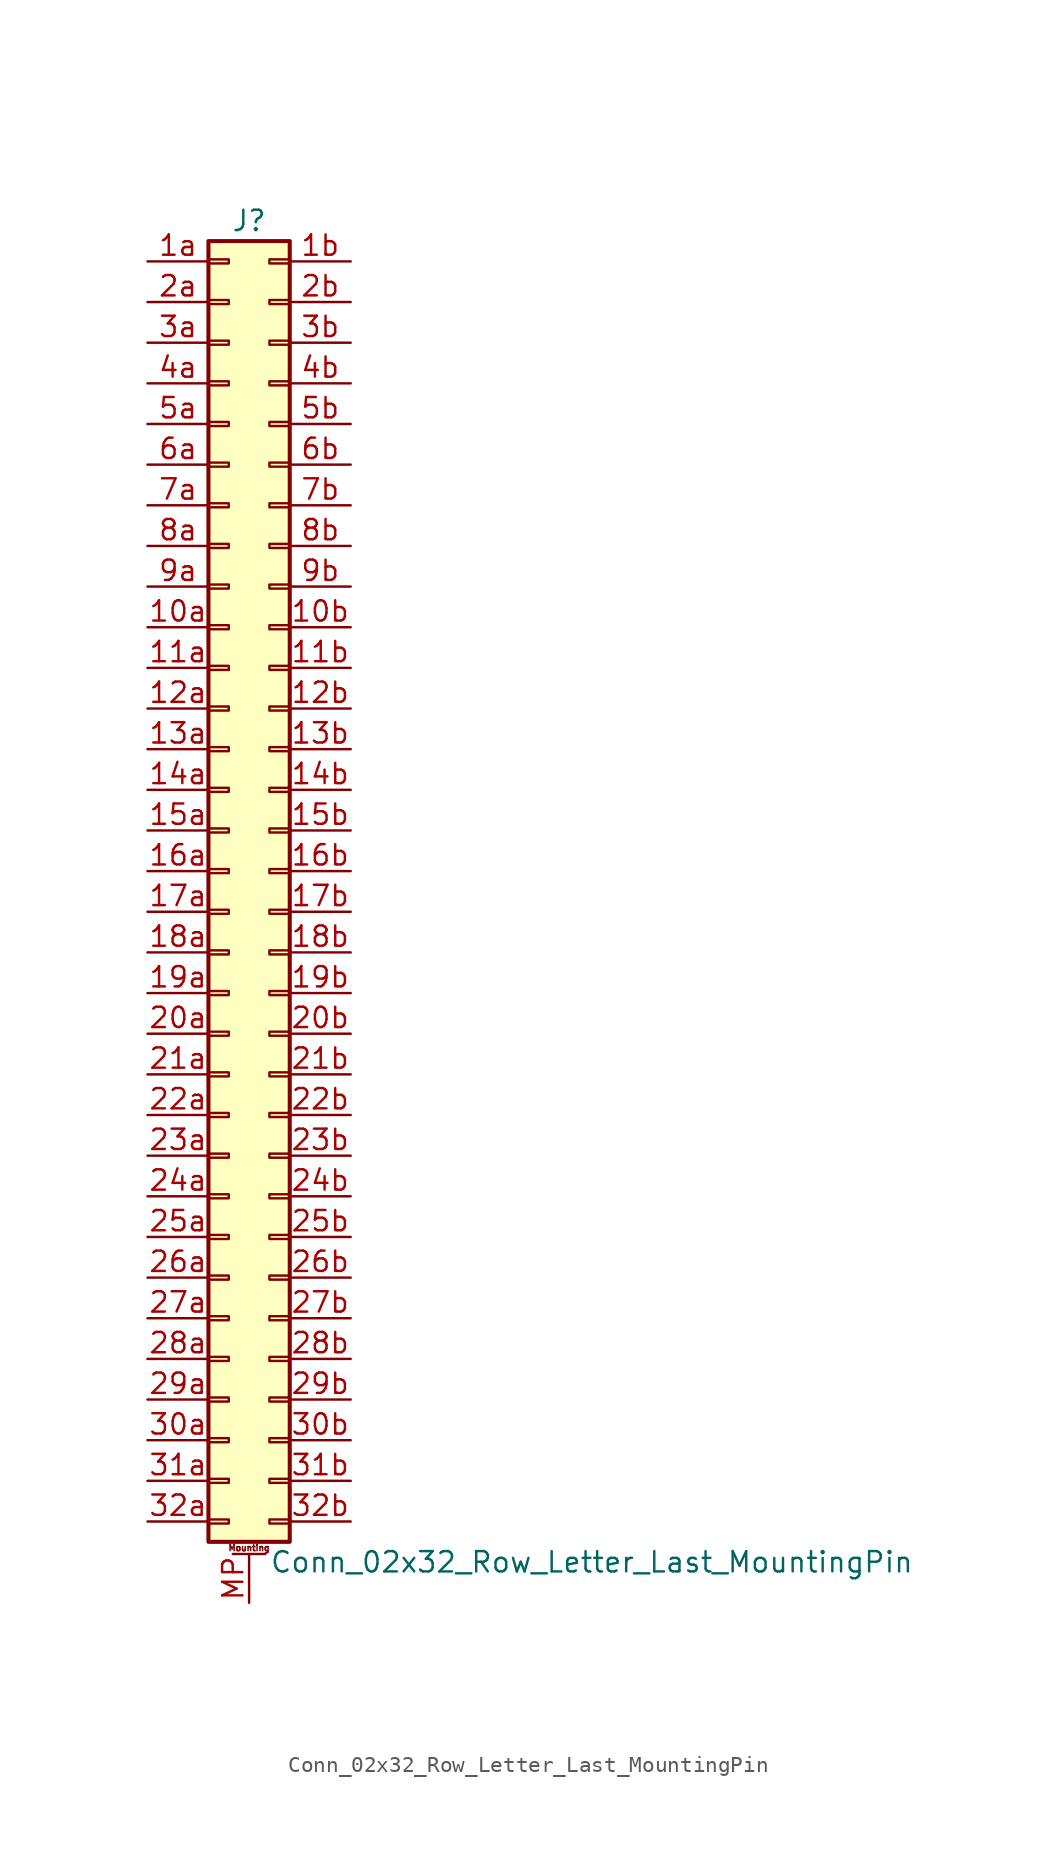
<source format=kicad_sym>
(kicad_symbol_lib
  (version 20201005)
  (generator kicad_symbol_editor)
  (symbol "Conn_02x32_Row_Letter_Last_MountingPin"
    (pin_names
      (offset 1.016) hide)
    (property "Reference" "J"
      (at 1.27 40.64 0)
      (effects (font (size 1.27 1.27))))
    (property "Value" "Conn_02x32_Row_Letter_Last_MountingPin"
      (at 2.54 -43.18 0)
      (effects (font (size 1.27 1.27)) (justify left)))
    (symbol "Conn_02x32_Row_Letter_Last_MountingPin_1_1"
      (text "Mounting" (at 1.27 -42.291 0) (effects (font (size 0.381 0.381))))
      (rectangle (start -1.27 -40.513) (end 0 -40.767) (stroke (width 0.152)) (fill (type none)))
      (rectangle (start -1.27 -37.973) (end 0 -38.227) (stroke (width 0.152)) (fill (type none)))
      (rectangle (start -1.27 -35.433) (end 0 -35.687) (stroke (width 0.152)) (fill (type none)))
      (rectangle (start -1.27 -32.893) (end 0 -33.147) (stroke (width 0.152)) (fill (type none)))
      (rectangle (start -1.27 -30.353) (end 0 -30.607) (stroke (width 0.152)) (fill (type none)))
      (rectangle (start -1.27 -27.813) (end 0 -28.067) (stroke (width 0.152)) (fill (type none)))
      (rectangle (start -1.27 -25.273) (end 0 -25.527) (stroke (width 0.152)) (fill (type none)))
      (rectangle (start -1.27 -22.733) (end 0 -22.987) (stroke (width 0.152)) (fill (type none)))
      (rectangle (start -1.27 -20.193) (end 0 -20.447) (stroke (width 0.152)) (fill (type none)))
      (rectangle (start -1.27 -17.653) (end 0 -17.907) (stroke (width 0.152)) (fill (type none)))
      (rectangle (start -1.27 -15.113) (end 0 -15.367) (stroke (width 0.152)) (fill (type none)))
      (rectangle (start -1.27 -12.573) (end 0 -12.827) (stroke (width 0.152)) (fill (type none)))
      (rectangle (start -1.27 -10.033) (end 0 -10.287) (stroke (width 0.152)) (fill (type none)))
      (rectangle (start -1.27 -7.493) (end 0 -7.747) (stroke (width 0.152)) (fill (type none)))
      (rectangle (start -1.27 -4.953) (end 0 -5.207) (stroke (width 0.152)) (fill (type none)))
      (rectangle (start -1.27 -2.413) (end 0 -2.667) (stroke (width 0.152)) (fill (type none)))
      (rectangle (start -1.27 0.127) (end 0 -0.127) (stroke (width 0.152)) (fill (type none)))
      (rectangle (start -1.27 2.667) (end 0 2.413) (stroke (width 0.152)) (fill (type none)))
      (rectangle (start -1.27 5.207) (end 0 4.953) (stroke (width 0.152)) (fill (type none)))
      (rectangle (start -1.27 7.747) (end 0 7.493) (stroke (width 0.152)) (fill (type none)))
      (rectangle (start -1.27 10.287) (end 0 10.033) (stroke (width 0.152)) (fill (type none)))
      (rectangle (start -1.27 12.827) (end 0 12.573) (stroke (width 0.152)) (fill (type none)))
      (rectangle (start -1.27 15.367) (end 0 15.113) (stroke (width 0.152)) (fill (type none)))
      (rectangle (start -1.27 17.907) (end 0 17.653) (stroke (width 0.152)) (fill (type none)))
      (rectangle (start -1.27 20.447) (end 0 20.193) (stroke (width 0.152)) (fill (type none)))
      (rectangle (start -1.27 22.987) (end 0 22.733) (stroke (width 0.152)) (fill (type none)))
      (rectangle (start -1.27 25.527) (end 0 25.273) (stroke (width 0.152)) (fill (type none)))
      (rectangle (start -1.27 28.067) (end 0 27.813) (stroke (width 0.152)) (fill (type none)))
      (rectangle (start -1.27 30.607) (end 0 30.353) (stroke (width 0.152)) (fill (type none)))
      (rectangle (start -1.27 33.147) (end 0 32.893) (stroke (width 0.152)) (fill (type none)))
      (rectangle (start -1.27 35.687) (end 0 35.433) (stroke (width 0.152)) (fill (type none)))
      (rectangle (start -1.27 38.227) (end 0 37.973) (stroke (width 0.152)) (fill (type none)))
      (rectangle (start -1.27 39.37) (end 3.81 -41.91) (stroke (width 0.254)) (fill (type background)))
      (rectangle (start 3.81 -40.513) (end 2.54 -40.767) (stroke (width 0.152)) (fill (type none)))
      (rectangle (start 3.81 -37.973) (end 2.54 -38.227) (stroke (width 0.152)) (fill (type none)))
      (rectangle (start 3.81 -35.433) (end 2.54 -35.687) (stroke (width 0.152)) (fill (type none)))
      (rectangle (start 3.81 -32.893) (end 2.54 -33.147) (stroke (width 0.152)) (fill (type none)))
      (rectangle (start 3.81 -30.353) (end 2.54 -30.607) (stroke (width 0.152)) (fill (type none)))
      (rectangle (start 3.81 -27.813) (end 2.54 -28.067) (stroke (width 0.152)) (fill (type none)))
      (rectangle (start 3.81 -25.273) (end 2.54 -25.527) (stroke (width 0.152)) (fill (type none)))
      (rectangle (start 3.81 -22.733) (end 2.54 -22.987) (stroke (width 0.152)) (fill (type none)))
      (rectangle (start 3.81 -20.193) (end 2.54 -20.447) (stroke (width 0.152)) (fill (type none)))
      (rectangle (start 3.81 -17.653) (end 2.54 -17.907) (stroke (width 0.152)) (fill (type none)))
      (rectangle (start 3.81 -15.113) (end 2.54 -15.367) (stroke (width 0.152)) (fill (type none)))
      (rectangle (start 3.81 -12.573) (end 2.54 -12.827) (stroke (width 0.152)) (fill (type none)))
      (rectangle (start 3.81 -10.033) (end 2.54 -10.287) (stroke (width 0.152)) (fill (type none)))
      (rectangle (start 3.81 -7.493) (end 2.54 -7.747) (stroke (width 0.152)) (fill (type none)))
      (rectangle (start 3.81 -4.953) (end 2.54 -5.207) (stroke (width 0.152)) (fill (type none)))
      (rectangle (start 3.81 -2.413) (end 2.54 -2.667) (stroke (width 0.152)) (fill (type none)))
      (rectangle (start 3.81 0.127) (end 2.54 -0.127) (stroke (width 0.152)) (fill (type none)))
      (rectangle (start 3.81 2.667) (end 2.54 2.413) (stroke (width 0.152)) (fill (type none)))
      (rectangle (start 3.81 5.207) (end 2.54 4.953) (stroke (width 0.152)) (fill (type none)))
      (rectangle (start 3.81 7.747) (end 2.54 7.493) (stroke (width 0.152)) (fill (type none)))
      (rectangle (start 3.81 10.287) (end 2.54 10.033) (stroke (width 0.152)) (fill (type none)))
      (rectangle (start 3.81 12.827) (end 2.54 12.573) (stroke (width 0.152)) (fill (type none)))
      (rectangle (start 3.81 15.367) (end 2.54 15.113) (stroke (width 0.152)) (fill (type none)))
      (rectangle (start 3.81 17.907) (end 2.54 17.653) (stroke (width 0.152)) (fill (type none)))
      (rectangle (start 3.81 20.447) (end 2.54 20.193) (stroke (width 0.152)) (fill (type none)))
      (rectangle (start 3.81 22.987) (end 2.54 22.733) (stroke (width 0.152)) (fill (type none)))
      (rectangle (start 3.81 25.527) (end 2.54 25.273) (stroke (width 0.152)) (fill (type none)))
      (rectangle (start 3.81 28.067) (end 2.54 27.813) (stroke (width 0.152)) (fill (type none)))
      (rectangle (start 3.81 30.607) (end 2.54 30.353) (stroke (width 0.152)) (fill (type none)))
      (rectangle (start 3.81 33.147) (end 2.54 32.893) (stroke (width 0.152)) (fill (type none)))
      (rectangle (start 3.81 35.687) (end 2.54 35.433) (stroke (width 0.152)) (fill (type none)))
      (rectangle (start 3.81 38.227) (end 2.54 37.973) (stroke (width 0.152)) (fill (type none)))
      (polyline (pts (xy 0.254 -42.672) (xy 2.286 -42.672)) (stroke (width 0.152)) (fill (type none)))
      (pin passive line (at -5.08 15.24 0) (length 3.81) (name "Pin_10a" (effects (font (size 1.27 1.27)))) (number "10a" (effects (font (size 1.27 1.27)))))
      (pin passive line (at 7.62 15.24 180) (length 3.81) (name "Pin_10b" (effects (font (size 1.27 1.27)))) (number "10b" (effects (font (size 1.27 1.27)))))
      (pin passive line (at -5.08 12.7 0) (length 3.81) (name "Pin_11a" (effects (font (size 1.27 1.27)))) (number "11a" (effects (font (size 1.27 1.27)))))
      (pin passive line (at 7.62 12.7 180) (length 3.81) (name "Pin_11b" (effects (font (size 1.27 1.27)))) (number "11b" (effects (font (size 1.27 1.27)))))
      (pin passive line (at -5.08 10.16 0) (length 3.81) (name "Pin_12a" (effects (font (size 1.27 1.27)))) (number "12a" (effects (font (size 1.27 1.27)))))
      (pin passive line (at 7.62 10.16 180) (length 3.81) (name "Pin_12b" (effects (font (size 1.27 1.27)))) (number "12b" (effects (font (size 1.27 1.27)))))
      (pin passive line (at -5.08 7.62 0) (length 3.81) (name "Pin_13a" (effects (font (size 1.27 1.27)))) (number "13a" (effects (font (size 1.27 1.27)))))
      (pin passive line (at 7.62 7.62 180) (length 3.81) (name "Pin_13b" (effects (font (size 1.27 1.27)))) (number "13b" (effects (font (size 1.27 1.27)))))
      (pin passive line (at -5.08 5.08 0) (length 3.81) (name "Pin_14a" (effects (font (size 1.27 1.27)))) (number "14a" (effects (font (size 1.27 1.27)))))
      (pin passive line (at 7.62 5.08 180) (length 3.81) (name "Pin_14b" (effects (font (size 1.27 1.27)))) (number "14b" (effects (font (size 1.27 1.27)))))
      (pin passive line (at -5.08 2.54 0) (length 3.81) (name "Pin_15a" (effects (font (size 1.27 1.27)))) (number "15a" (effects (font (size 1.27 1.27)))))
      (pin passive line (at 7.62 2.54 180) (length 3.81) (name "Pin_15b" (effects (font (size 1.27 1.27)))) (number "15b" (effects (font (size 1.27 1.27)))))
      (pin passive line (at -5.08 0 0) (length 3.81) (name "Pin_16a" (effects (font (size 1.27 1.27)))) (number "16a" (effects (font (size 1.27 1.27)))))
      (pin passive line (at 7.62 0 180) (length 3.81) (name "Pin_16b" (effects (font (size 1.27 1.27)))) (number "16b" (effects (font (size 1.27 1.27)))))
      (pin passive line (at -5.08 -2.54 0) (length 3.81) (name "Pin_17a" (effects (font (size 1.27 1.27)))) (number "17a" (effects (font (size 1.27 1.27)))))
      (pin passive line (at 7.62 -2.54 180) (length 3.81) (name "Pin_17b" (effects (font (size 1.27 1.27)))) (number "17b" (effects (font (size 1.27 1.27)))))
      (pin passive line (at -5.08 -5.08 0) (length 3.81) (name "Pin_18a" (effects (font (size 1.27 1.27)))) (number "18a" (effects (font (size 1.27 1.27)))))
      (pin passive line (at 7.62 -5.08 180) (length 3.81) (name "Pin_18b" (effects (font (size 1.27 1.27)))) (number "18b" (effects (font (size 1.27 1.27)))))
      (pin passive line (at -5.08 -7.62 0) (length 3.81) (name "Pin_19a" (effects (font (size 1.27 1.27)))) (number "19a" (effects (font (size 1.27 1.27)))))
      (pin passive line (at 7.62 -7.62 180) (length 3.81) (name "Pin_19b" (effects (font (size 1.27 1.27)))) (number "19b" (effects (font (size 1.27 1.27)))))
      (pin passive line (at -5.08 38.1 0) (length 3.81) (name "Pin_1a" (effects (font (size 1.27 1.27)))) (number "1a" (effects (font (size 1.27 1.27)))))
      (pin passive line (at 7.62 38.1 180) (length 3.81) (name "Pin_1b" (effects (font (size 1.27 1.27)))) (number "1b" (effects (font (size 1.27 1.27)))))
      (pin passive line (at -5.08 -10.16 0) (length 3.81) (name "Pin_20a" (effects (font (size 1.27 1.27)))) (number "20a" (effects (font (size 1.27 1.27)))))
      (pin passive line (at 7.62 -10.16 180) (length 3.81) (name "Pin_20b" (effects (font (size 1.27 1.27)))) (number "20b" (effects (font (size 1.27 1.27)))))
      (pin passive line (at -5.08 -12.7 0) (length 3.81) (name "Pin_21a" (effects (font (size 1.27 1.27)))) (number "21a" (effects (font (size 1.27 1.27)))))
      (pin passive line (at 7.62 -12.7 180) (length 3.81) (name "Pin_21b" (effects (font (size 1.27 1.27)))) (number "21b" (effects (font (size 1.27 1.27)))))
      (pin passive line (at -5.08 -15.24 0) (length 3.81) (name "Pin_22a" (effects (font (size 1.27 1.27)))) (number "22a" (effects (font (size 1.27 1.27)))))
      (pin passive line (at 7.62 -15.24 180) (length 3.81) (name "Pin_22b" (effects (font (size 1.27 1.27)))) (number "22b" (effects (font (size 1.27 1.27)))))
      (pin passive line (at -5.08 -17.78 0) (length 3.81) (name "Pin_23a" (effects (font (size 1.27 1.27)))) (number "23a" (effects (font (size 1.27 1.27)))))
      (pin passive line (at 7.62 -17.78 180) (length 3.81) (name "Pin_23b" (effects (font (size 1.27 1.27)))) (number "23b" (effects (font (size 1.27 1.27)))))
      (pin passive line (at -5.08 -20.32 0) (length 3.81) (name "Pin_24a" (effects (font (size 1.27 1.27)))) (number "24a" (effects (font (size 1.27 1.27)))))
      (pin passive line (at 7.62 -20.32 180) (length 3.81) (name "Pin_24b" (effects (font (size 1.27 1.27)))) (number "24b" (effects (font (size 1.27 1.27)))))
      (pin passive line (at -5.08 -22.86 0) (length 3.81) (name "Pin_25a" (effects (font (size 1.27 1.27)))) (number "25a" (effects (font (size 1.27 1.27)))))
      (pin passive line (at 7.62 -22.86 180) (length 3.81) (name "Pin_25b" (effects (font (size 1.27 1.27)))) (number "25b" (effects (font (size 1.27 1.27)))))
      (pin passive line (at -5.08 -25.4 0) (length 3.81) (name "Pin_26a" (effects (font (size 1.27 1.27)))) (number "26a" (effects (font (size 1.27 1.27)))))
      (pin passive line (at 7.62 -25.4 180) (length 3.81) (name "Pin_26b" (effects (font (size 1.27 1.27)))) (number "26b" (effects (font (size 1.27 1.27)))))
      (pin passive line (at -5.08 -27.94 0) (length 3.81) (name "Pin_27a" (effects (font (size 1.27 1.27)))) (number "27a" (effects (font (size 1.27 1.27)))))
      (pin passive line (at 7.62 -27.94 180) (length 3.81) (name "Pin_27b" (effects (font (size 1.27 1.27)))) (number "27b" (effects (font (size 1.27 1.27)))))
      (pin passive line (at -5.08 -30.48 0) (length 3.81) (name "Pin_28a" (effects (font (size 1.27 1.27)))) (number "28a" (effects (font (size 1.27 1.27)))))
      (pin passive line (at 7.62 -30.48 180) (length 3.81) (name "Pin_28b" (effects (font (size 1.27 1.27)))) (number "28b" (effects (font (size 1.27 1.27)))))
      (pin passive line (at -5.08 -33.02 0) (length 3.81) (name "Pin_29a" (effects (font (size 1.27 1.27)))) (number "29a" (effects (font (size 1.27 1.27)))))
      (pin passive line (at 7.62 -33.02 180) (length 3.81) (name "Pin_29b" (effects (font (size 1.27 1.27)))) (number "29b" (effects (font (size 1.27 1.27)))))
      (pin passive line (at -5.08 35.56 0) (length 3.81) (name "Pin_2a" (effects (font (size 1.27 1.27)))) (number "2a" (effects (font (size 1.27 1.27)))))
      (pin passive line (at 7.62 35.56 180) (length 3.81) (name "Pin_2b" (effects (font (size 1.27 1.27)))) (number "2b" (effects (font (size 1.27 1.27)))))
      (pin passive line (at -5.08 -35.56 0) (length 3.81) (name "Pin_30a" (effects (font (size 1.27 1.27)))) (number "30a" (effects (font (size 1.27 1.27)))))
      (pin passive line (at 7.62 -35.56 180) (length 3.81) (name "Pin_30b" (effects (font (size 1.27 1.27)))) (number "30b" (effects (font (size 1.27 1.27)))))
      (pin passive line (at -5.08 -38.1 0) (length 3.81) (name "Pin_31a" (effects (font (size 1.27 1.27)))) (number "31a" (effects (font (size 1.27 1.27)))))
      (pin passive line (at 7.62 -38.1 180) (length 3.81) (name "Pin_31b" (effects (font (size 1.27 1.27)))) (number "31b" (effects (font (size 1.27 1.27)))))
      (pin passive line (at -5.08 -40.64 0) (length 3.81) (name "Pin_32a" (effects (font (size 1.27 1.27)))) (number "32a" (effects (font (size 1.27 1.27)))))
      (pin passive line (at 7.62 -40.64 180) (length 3.81) (name "Pin_32b" (effects (font (size 1.27 1.27)))) (number "32b" (effects (font (size 1.27 1.27)))))
      (pin passive line (at -5.08 33.02 0) (length 3.81) (name "Pin_3a" (effects (font (size 1.27 1.27)))) (number "3a" (effects (font (size 1.27 1.27)))))
      (pin passive line (at 7.62 33.02 180) (length 3.81) (name "Pin_3b" (effects (font (size 1.27 1.27)))) (number "3b" (effects (font (size 1.27 1.27)))))
      (pin passive line (at -5.08 30.48 0) (length 3.81) (name "Pin_4a" (effects (font (size 1.27 1.27)))) (number "4a" (effects (font (size 1.27 1.27)))))
      (pin passive line (at 7.62 30.48 180) (length 3.81) (name "Pin_4b" (effects (font (size 1.27 1.27)))) (number "4b" (effects (font (size 1.27 1.27)))))
      (pin passive line (at -5.08 27.94 0) (length 3.81) (name "Pin_5a" (effects (font (size 1.27 1.27)))) (number "5a" (effects (font (size 1.27 1.27)))))
      (pin passive line (at 7.62 27.94 180) (length 3.81) (name "Pin_5b" (effects (font (size 1.27 1.27)))) (number "5b" (effects (font (size 1.27 1.27)))))
      (pin passive line (at -5.08 25.4 0) (length 3.81) (name "Pin_6a" (effects (font (size 1.27 1.27)))) (number "6a" (effects (font (size 1.27 1.27)))))
      (pin passive line (at 7.62 25.4 180) (length 3.81) (name "Pin_6b" (effects (font (size 1.27 1.27)))) (number "6b" (effects (font (size 1.27 1.27)))))
      (pin passive line (at -5.08 22.86 0) (length 3.81) (name "Pin_7a" (effects (font (size 1.27 1.27)))) (number "7a" (effects (font (size 1.27 1.27)))))
      (pin passive line (at 7.62 22.86 180) (length 3.81) (name "Pin_7b" (effects (font (size 1.27 1.27)))) (number "7b" (effects (font (size 1.27 1.27)))))
      (pin passive line (at -5.08 20.32 0) (length 3.81) (name "Pin_8a" (effects (font (size 1.27 1.27)))) (number "8a" (effects (font (size 1.27 1.27)))))
      (pin passive line (at 7.62 20.32 180) (length 3.81) (name "Pin_8b" (effects (font (size 1.27 1.27)))) (number "8b" (effects (font (size 1.27 1.27)))))
      (pin passive line (at -5.08 17.78 0) (length 3.81) (name "Pin_9a" (effects (font (size 1.27 1.27)))) (number "9a" (effects (font (size 1.27 1.27)))))
      (pin passive line (at 7.62 17.78 180) (length 3.81) (name "Pin_9b" (effects (font (size 1.27 1.27)))) (number "9b" (effects (font (size 1.27 1.27)))))
      (pin passive line (at 1.27 -45.72 90) (length 3.048) (name "MountPin" (effects (font (size 1.27 1.27)))) (number "MP" (effects (font (size 1.27 1.27))))))))
</source>
